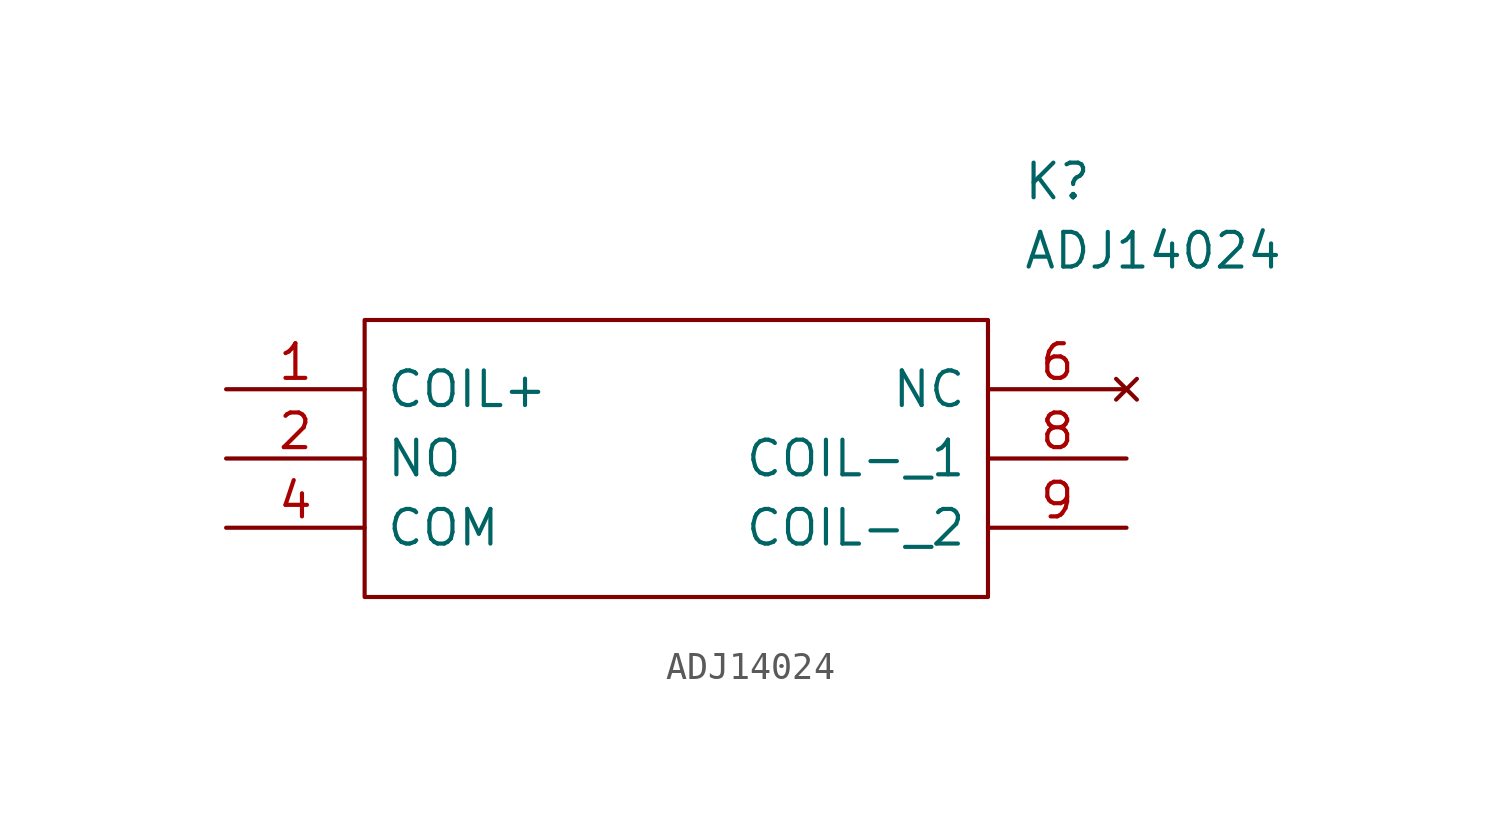
<source format=kicad_sym>
(kicad_symbol_lib
  (version 20211014)
  (generator kicad_symbol_editor)
  (symbol "ADJ14024"
    (pin_names
      (offset 0.762))
    (property "Reference" "K"
      (at 29.21 7.62 0)
      (effects (font (size 1.27 1.27)) (justify left)))
    (property "Value" "ADJ14024"
      (at 29.21 5.08 0)
      (effects (font (size 1.27 1.27)) (justify left)))
    (symbol "ADJ14024_0_0"
      (pin passive line (at 0 0 0) (length 5.08) (name "COIL+" (effects (font (size 1.27 1.27)))) (number "1" (effects (font (size 1.27 1.27)))))
      (pin passive line (at 0 -2.54 0) (length 5.08) (name "NO" (effects (font (size 1.27 1.27)))) (number "2" (effects (font (size 1.27 1.27)))))
      (pin passive line (at 0 -5.08 0) (length 5.08) (name "COM" (effects (font (size 1.27 1.27)))) (number "4" (effects (font (size 1.27 1.27)))))
      (pin no_connect line (at 33.02 0 180) (length 5.08) (name "NC" (effects (font (size 1.27 1.27)))) (number "6" (effects (font (size 1.27 1.27)))))
      (pin passive line (at 33.02 -2.54 180) (length 5.08) (name "COIL-_1" (effects (font (size 1.27 1.27)))) (number "8" (effects (font (size 1.27 1.27)))))
      (pin passive line (at 33.02 -5.08 180) (length 5.08) (name "COIL-_2" (effects (font (size 1.27 1.27)))) (number "9" (effects (font (size 1.27 1.27))))))
    (symbol "ADJ14024_0_1"
      (polyline (pts (xy 5.08 2.54) (xy 27.94 2.54) (xy 27.94 -7.62) (xy 5.08 -7.62) (xy 5.08 2.54)) (stroke (width 0.152) (type default) (color 0 0 0 0)) (fill (type none))))))
</source>
